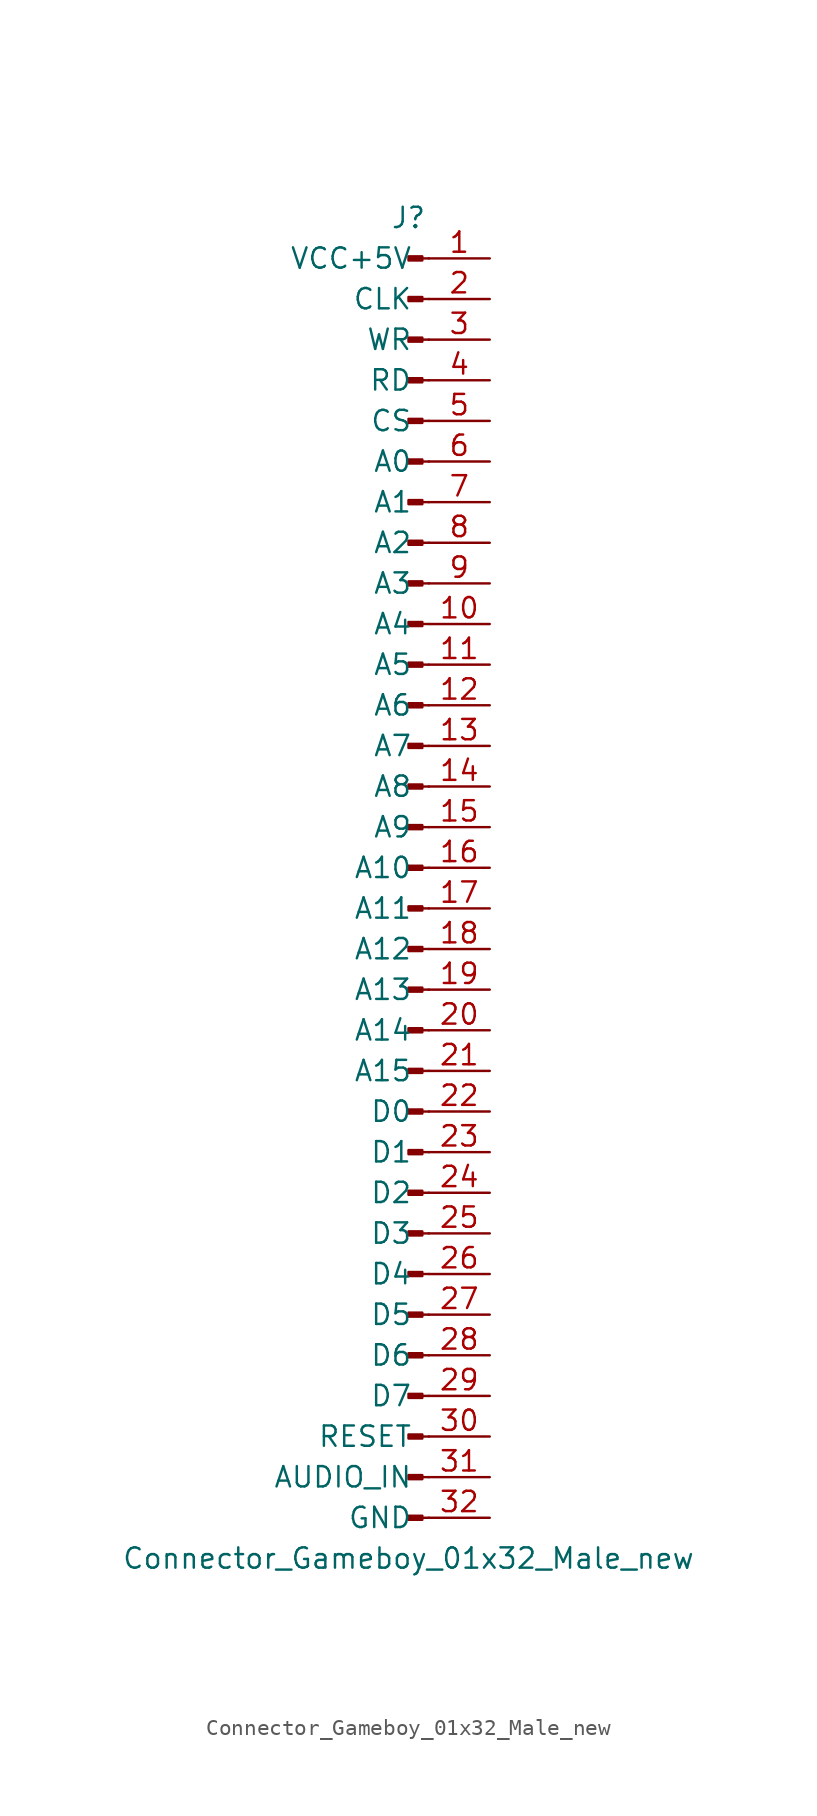
<source format=kicad_sym>
(kicad_symbol_lib
  (version 20211014)
  (generator kicad_symbol_editor)
  (symbol "Connector_Gameboy_01x32_Male_new"
    (pin_names
      (offset 1.016))
    (property "Reference" "J"
      (at 0 40.64 0)
      (effects (font (size 1.27 1.27))))
    (property "Value" "Connector_Gameboy_01x32_Male_new"
      (at 0 -43.18 0)
      (effects (font (size 1.27 1.27))))
    (symbol "Connector_Gameboy_01x32_Male_new_1_1"
      (polyline (pts (xy 1.27 -40.64) (xy 0.864 -40.64)) (stroke (width 0.152) (type default) (color 0 0 0 0)) (fill (type none)))
      (polyline (pts (xy 1.27 -38.1) (xy 0.864 -38.1)) (stroke (width 0.152) (type default) (color 0 0 0 0)) (fill (type none)))
      (polyline (pts (xy 1.27 -35.56) (xy 0.864 -35.56)) (stroke (width 0.152) (type default) (color 0 0 0 0)) (fill (type none)))
      (polyline (pts (xy 1.27 -33.02) (xy 0.864 -33.02)) (stroke (width 0.152) (type default) (color 0 0 0 0)) (fill (type none)))
      (polyline (pts (xy 1.27 -30.48) (xy 0.864 -30.48)) (stroke (width 0.152) (type default) (color 0 0 0 0)) (fill (type none)))
      (polyline (pts (xy 1.27 -27.94) (xy 0.864 -27.94)) (stroke (width 0.152) (type default) (color 0 0 0 0)) (fill (type none)))
      (polyline (pts (xy 1.27 -25.4) (xy 0.864 -25.4)) (stroke (width 0.152) (type default) (color 0 0 0 0)) (fill (type none)))
      (polyline (pts (xy 1.27 -22.86) (xy 0.864 -22.86)) (stroke (width 0.152) (type default) (color 0 0 0 0)) (fill (type none)))
      (polyline (pts (xy 1.27 -20.32) (xy 0.864 -20.32)) (stroke (width 0.152) (type default) (color 0 0 0 0)) (fill (type none)))
      (polyline (pts (xy 1.27 -17.78) (xy 0.864 -17.78)) (stroke (width 0.152) (type default) (color 0 0 0 0)) (fill (type none)))
      (polyline (pts (xy 1.27 -15.24) (xy 0.864 -15.24)) (stroke (width 0.152) (type default) (color 0 0 0 0)) (fill (type none)))
      (polyline (pts (xy 1.27 -12.7) (xy 0.864 -12.7)) (stroke (width 0.152) (type default) (color 0 0 0 0)) (fill (type none)))
      (polyline (pts (xy 1.27 -10.16) (xy 0.864 -10.16)) (stroke (width 0.152) (type default) (color 0 0 0 0)) (fill (type none)))
      (polyline (pts (xy 1.27 -7.62) (xy 0.864 -7.62)) (stroke (width 0.152) (type default) (color 0 0 0 0)) (fill (type none)))
      (polyline (pts (xy 1.27 -5.08) (xy 0.864 -5.08)) (stroke (width 0.152) (type default) (color 0 0 0 0)) (fill (type none)))
      (polyline (pts (xy 1.27 -2.54) (xy 0.864 -2.54)) (stroke (width 0.152) (type default) (color 0 0 0 0)) (fill (type none)))
      (polyline (pts (xy 1.27 0) (xy 0.864 0)) (stroke (width 0.152) (type default) (color 0 0 0 0)) (fill (type none)))
      (polyline (pts (xy 1.27 2.54) (xy 0.864 2.54)) (stroke (width 0.152) (type default) (color 0 0 0 0)) (fill (type none)))
      (polyline (pts (xy 1.27 5.08) (xy 0.864 5.08)) (stroke (width 0.152) (type default) (color 0 0 0 0)) (fill (type none)))
      (polyline (pts (xy 1.27 7.62) (xy 0.864 7.62)) (stroke (width 0.152) (type default) (color 0 0 0 0)) (fill (type none)))
      (polyline (pts (xy 1.27 10.16) (xy 0.864 10.16)) (stroke (width 0.152) (type default) (color 0 0 0 0)) (fill (type none)))
      (polyline (pts (xy 1.27 12.7) (xy 0.864 12.7)) (stroke (width 0.152) (type default) (color 0 0 0 0)) (fill (type none)))
      (polyline (pts (xy 1.27 15.24) (xy 0.864 15.24)) (stroke (width 0.152) (type default) (color 0 0 0 0)) (fill (type none)))
      (polyline (pts (xy 1.27 17.78) (xy 0.864 17.78)) (stroke (width 0.152) (type default) (color 0 0 0 0)) (fill (type none)))
      (polyline (pts (xy 1.27 20.32) (xy 0.864 20.32)) (stroke (width 0.152) (type default) (color 0 0 0 0)) (fill (type none)))
      (polyline (pts (xy 1.27 22.86) (xy 0.864 22.86)) (stroke (width 0.152) (type default) (color 0 0 0 0)) (fill (type none)))
      (polyline (pts (xy 1.27 25.4) (xy 0.864 25.4)) (stroke (width 0.152) (type default) (color 0 0 0 0)) (fill (type none)))
      (polyline (pts (xy 1.27 27.94) (xy 0.864 27.94)) (stroke (width 0.152) (type default) (color 0 0 0 0)) (fill (type none)))
      (polyline (pts (xy 1.27 30.48) (xy 0.864 30.48)) (stroke (width 0.152) (type default) (color 0 0 0 0)) (fill (type none)))
      (polyline (pts (xy 1.27 33.02) (xy 0.864 33.02)) (stroke (width 0.152) (type default) (color 0 0 0 0)) (fill (type none)))
      (polyline (pts (xy 1.27 35.56) (xy 0.864 35.56)) (stroke (width 0.152) (type default) (color 0 0 0 0)) (fill (type none)))
      (polyline (pts (xy 1.27 38.1) (xy 0.864 38.1)) (stroke (width 0.152) (type default) (color 0 0 0 0)) (fill (type none)))
      (rectangle (start 0.864 -40.513) (end 0 -40.767) (stroke (width 0.152) (type default) (color 0 0 0 0)) (fill (type outline)))
      (rectangle (start 0.864 -37.973) (end 0 -38.227) (stroke (width 0.152) (type default) (color 0 0 0 0)) (fill (type outline)))
      (rectangle (start 0.864 -35.433) (end 0 -35.687) (stroke (width 0.152) (type default) (color 0 0 0 0)) (fill (type outline)))
      (rectangle (start 0.864 -32.893) (end 0 -33.147) (stroke (width 0.152) (type default) (color 0 0 0 0)) (fill (type outline)))
      (rectangle (start 0.864 -30.353) (end 0 -30.607) (stroke (width 0.152) (type default) (color 0 0 0 0)) (fill (type outline)))
      (rectangle (start 0.864 -27.813) (end 0 -28.067) (stroke (width 0.152) (type default) (color 0 0 0 0)) (fill (type outline)))
      (rectangle (start 0.864 -25.273) (end 0 -25.527) (stroke (width 0.152) (type default) (color 0 0 0 0)) (fill (type outline)))
      (rectangle (start 0.864 -22.733) (end 0 -22.987) (stroke (width 0.152) (type default) (color 0 0 0 0)) (fill (type outline)))
      (rectangle (start 0.864 -20.193) (end 0 -20.447) (stroke (width 0.152) (type default) (color 0 0 0 0)) (fill (type outline)))
      (rectangle (start 0.864 -17.653) (end 0 -17.907) (stroke (width 0.152) (type default) (color 0 0 0 0)) (fill (type outline)))
      (rectangle (start 0.864 -15.113) (end 0 -15.367) (stroke (width 0.152) (type default) (color 0 0 0 0)) (fill (type outline)))
      (rectangle (start 0.864 -12.573) (end 0 -12.827) (stroke (width 0.152) (type default) (color 0 0 0 0)) (fill (type outline)))
      (rectangle (start 0.864 -10.033) (end 0 -10.287) (stroke (width 0.152) (type default) (color 0 0 0 0)) (fill (type outline)))
      (rectangle (start 0.864 -7.493) (end 0 -7.747) (stroke (width 0.152) (type default) (color 0 0 0 0)) (fill (type outline)))
      (rectangle (start 0.864 -4.953) (end 0 -5.207) (stroke (width 0.152) (type default) (color 0 0 0 0)) (fill (type outline)))
      (rectangle (start 0.864 -2.413) (end 0 -2.667) (stroke (width 0.152) (type default) (color 0 0 0 0)) (fill (type outline)))
      (rectangle (start 0.864 0.127) (end 0 -0.127) (stroke (width 0.152) (type default) (color 0 0 0 0)) (fill (type outline)))
      (rectangle (start 0.864 2.667) (end 0 2.413) (stroke (width 0.152) (type default) (color 0 0 0 0)) (fill (type outline)))
      (rectangle (start 0.864 5.207) (end 0 4.953) (stroke (width 0.152) (type default) (color 0 0 0 0)) (fill (type outline)))
      (rectangle (start 0.864 7.747) (end 0 7.493) (stroke (width 0.152) (type default) (color 0 0 0 0)) (fill (type outline)))
      (rectangle (start 0.864 10.287) (end 0 10.033) (stroke (width 0.152) (type default) (color 0 0 0 0)) (fill (type outline)))
      (rectangle (start 0.864 12.827) (end 0 12.573) (stroke (width 0.152) (type default) (color 0 0 0 0)) (fill (type outline)))
      (rectangle (start 0.864 15.367) (end 0 15.113) (stroke (width 0.152) (type default) (color 0 0 0 0)) (fill (type outline)))
      (rectangle (start 0.864 17.907) (end 0 17.653) (stroke (width 0.152) (type default) (color 0 0 0 0)) (fill (type outline)))
      (rectangle (start 0.864 20.447) (end 0 20.193) (stroke (width 0.152) (type default) (color 0 0 0 0)) (fill (type outline)))
      (rectangle (start 0.864 22.987) (end 0 22.733) (stroke (width 0.152) (type default) (color 0 0 0 0)) (fill (type outline)))
      (rectangle (start 0.864 25.527) (end 0 25.273) (stroke (width 0.152) (type default) (color 0 0 0 0)) (fill (type outline)))
      (rectangle (start 0.864 28.067) (end 0 27.813) (stroke (width 0.152) (type default) (color 0 0 0 0)) (fill (type outline)))
      (rectangle (start 0.864 30.607) (end 0 30.353) (stroke (width 0.152) (type default) (color 0 0 0 0)) (fill (type outline)))
      (rectangle (start 0.864 33.147) (end 0 32.893) (stroke (width 0.152) (type default) (color 0 0 0 0)) (fill (type outline)))
      (rectangle (start 0.864 35.687) (end 0 35.433) (stroke (width 0.152) (type default) (color 0 0 0 0)) (fill (type outline)))
      (rectangle (start 0.864 38.227) (end 0 37.973) (stroke (width 0.152) (type default) (color 0 0 0 0)) (fill (type outline)))
      (pin power_in line (at 5.08 38.1 180) (length 3.81) (name "VCC+5V" (effects (font (size 1.27 1.27)))) (number "1" (effects (font (size 1.27 1.27)))))
      (pin passive line (at 5.08 15.24 180) (length 3.81) (name "A4" (effects (font (size 1.27 1.27)))) (number "10" (effects (font (size 1.27 1.27)))))
      (pin passive line (at 5.08 12.7 180) (length 3.81) (name "A5" (effects (font (size 1.27 1.27)))) (number "11" (effects (font (size 1.27 1.27)))))
      (pin passive line (at 5.08 10.16 180) (length 3.81) (name "A6" (effects (font (size 1.27 1.27)))) (number "12" (effects (font (size 1.27 1.27)))))
      (pin passive line (at 5.08 7.62 180) (length 3.81) (name "A7" (effects (font (size 1.27 1.27)))) (number "13" (effects (font (size 1.27 1.27)))))
      (pin passive line (at 5.08 5.08 180) (length 3.81) (name "A8" (effects (font (size 1.27 1.27)))) (number "14" (effects (font (size 1.27 1.27)))))
      (pin passive line (at 5.08 2.54 180) (length 3.81) (name "A9" (effects (font (size 1.27 1.27)))) (number "15" (effects (font (size 1.27 1.27)))))
      (pin passive line (at 5.08 0 180) (length 3.81) (name "A10" (effects (font (size 1.27 1.27)))) (number "16" (effects (font (size 1.27 1.27)))))
      (pin passive line (at 5.08 -2.54 180) (length 3.81) (name "A11" (effects (font (size 1.27 1.27)))) (number "17" (effects (font (size 1.27 1.27)))))
      (pin passive line (at 5.08 -5.08 180) (length 3.81) (name "A12" (effects (font (size 1.27 1.27)))) (number "18" (effects (font (size 1.27 1.27)))))
      (pin passive line (at 5.08 -7.62 180) (length 3.81) (name "A13" (effects (font (size 1.27 1.27)))) (number "19" (effects (font (size 1.27 1.27)))))
      (pin passive line (at 5.08 35.56 180) (length 3.81) (name "CLK" (effects (font (size 1.27 1.27)))) (number "2" (effects (font (size 1.27 1.27)))))
      (pin passive line (at 5.08 -10.16 180) (length 3.81) (name "A14" (effects (font (size 1.27 1.27)))) (number "20" (effects (font (size 1.27 1.27)))))
      (pin passive line (at 5.08 -12.7 180) (length 3.81) (name "A15" (effects (font (size 1.27 1.27)))) (number "21" (effects (font (size 1.27 1.27)))))
      (pin passive line (at 5.08 -15.24 180) (length 3.81) (name "D0" (effects (font (size 1.27 1.27)))) (number "22" (effects (font (size 1.27 1.27)))))
      (pin passive line (at 5.08 -17.78 180) (length 3.81) (name "D1" (effects (font (size 1.27 1.27)))) (number "23" (effects (font (size 1.27 1.27)))))
      (pin passive line (at 5.08 -20.32 180) (length 3.81) (name "D2" (effects (font (size 1.27 1.27)))) (number "24" (effects (font (size 1.27 1.27)))))
      (pin passive line (at 5.08 -22.86 180) (length 3.81) (name "D3" (effects (font (size 1.27 1.27)))) (number "25" (effects (font (size 1.27 1.27)))))
      (pin passive line (at 5.08 -25.4 180) (length 3.81) (name "D4" (effects (font (size 1.27 1.27)))) (number "26" (effects (font (size 1.27 1.27)))))
      (pin passive line (at 5.08 -27.94 180) (length 3.81) (name "D5" (effects (font (size 1.27 1.27)))) (number "27" (effects (font (size 1.27 1.27)))))
      (pin passive line (at 5.08 -30.48 180) (length 3.81) (name "D6" (effects (font (size 1.27 1.27)))) (number "28" (effects (font (size 1.27 1.27)))))
      (pin passive line (at 5.08 -33.02 180) (length 3.81) (name "D7" (effects (font (size 1.27 1.27)))) (number "29" (effects (font (size 1.27 1.27)))))
      (pin passive line (at 5.08 33.02 180) (length 3.81) (name "WR" (effects (font (size 1.27 1.27)))) (number "3" (effects (font (size 1.27 1.27)))))
      (pin passive line (at 5.08 -35.56 180) (length 3.81) (name "RESET" (effects (font (size 1.27 1.27)))) (number "30" (effects (font (size 1.27 1.27)))))
      (pin passive line (at 5.08 -38.1 180) (length 3.81) (name "AUDIO_IN" (effects (font (size 1.27 1.27)))) (number "31" (effects (font (size 1.27 1.27)))))
      (pin passive line (at 5.08 -40.64 180) (length 3.81) (name "GND" (effects (font (size 1.27 1.27)))) (number "32" (effects (font (size 1.27 1.27)))))
      (pin passive line (at 5.08 30.48 180) (length 3.81) (name "RD" (effects (font (size 1.27 1.27)))) (number "4" (effects (font (size 1.27 1.27)))))
      (pin passive line (at 5.08 27.94 180) (length 3.81) (name "CS" (effects (font (size 1.27 1.27)))) (number "5" (effects (font (size 1.27 1.27)))))
      (pin passive line (at 5.08 25.4 180) (length 3.81) (name "A0" (effects (font (size 1.27 1.27)))) (number "6" (effects (font (size 1.27 1.27)))))
      (pin passive line (at 5.08 22.86 180) (length 3.81) (name "A1" (effects (font (size 1.27 1.27)))) (number "7" (effects (font (size 1.27 1.27)))))
      (pin passive line (at 5.08 20.32 180) (length 3.81) (name "A2" (effects (font (size 1.27 1.27)))) (number "8" (effects (font (size 1.27 1.27)))))
      (pin passive line (at 5.08 17.78 180) (length 3.81) (name "A3" (effects (font (size 1.27 1.27)))) (number "9" (effects (font (size 1.27 1.27))))))))
</source>
